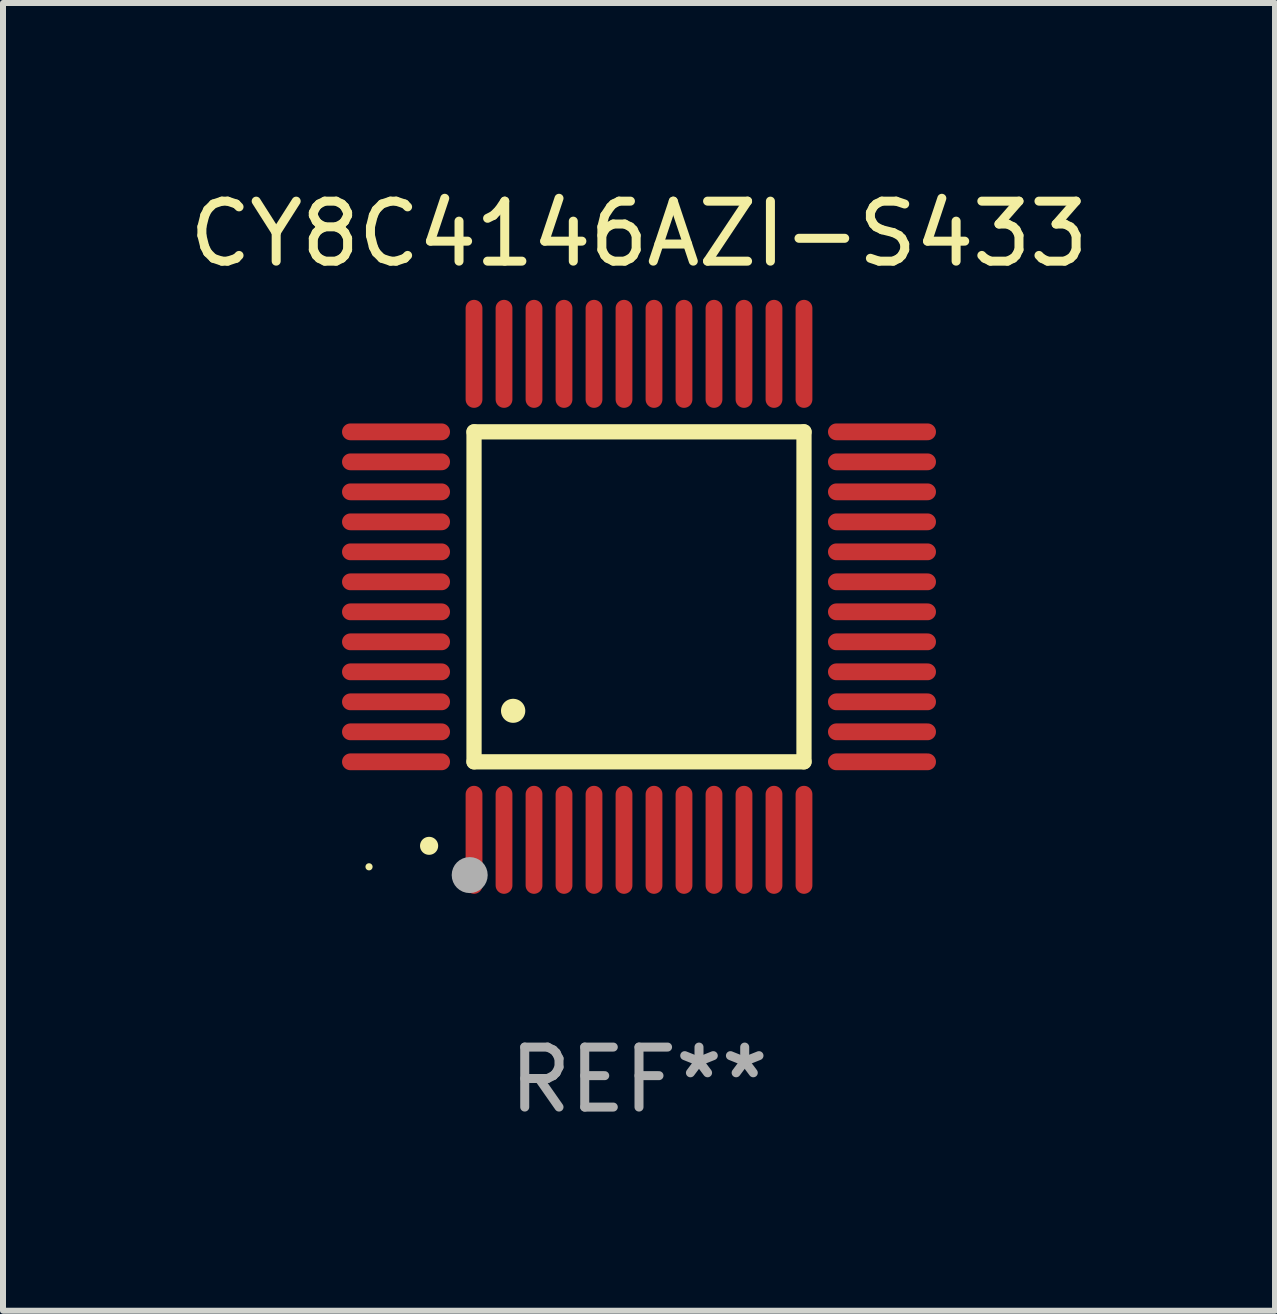
<source format=kicad_pcb>
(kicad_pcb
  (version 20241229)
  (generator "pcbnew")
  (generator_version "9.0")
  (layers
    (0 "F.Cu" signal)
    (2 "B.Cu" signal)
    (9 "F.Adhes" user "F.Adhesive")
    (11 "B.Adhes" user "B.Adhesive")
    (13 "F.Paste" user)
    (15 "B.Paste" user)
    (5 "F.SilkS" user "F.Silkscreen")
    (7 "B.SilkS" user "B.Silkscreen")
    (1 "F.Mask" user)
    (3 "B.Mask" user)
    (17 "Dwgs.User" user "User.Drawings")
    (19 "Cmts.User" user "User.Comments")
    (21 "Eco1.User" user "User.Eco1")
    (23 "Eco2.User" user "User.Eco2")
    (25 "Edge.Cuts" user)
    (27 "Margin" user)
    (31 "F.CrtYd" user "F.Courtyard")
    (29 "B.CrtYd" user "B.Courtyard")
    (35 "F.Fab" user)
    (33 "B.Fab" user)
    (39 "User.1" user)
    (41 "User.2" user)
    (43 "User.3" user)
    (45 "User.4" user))
  (footprint "CY8C4146AZI-S433"
    (layer "F.Cu")
    (at 7.601 6.898)
    (property "Reference" "CY8C4146AZI-S433" (at 0 -6.05 0) (layer "F.SilkS") (effects (font (size 1 1) (thickness 0.15))))
    (attr through_hole)
    (fp_line (start -2.75 -2.75) (end 2.75 -2.75) (stroke (width 0.254) (type solid)) (layer "F.SilkS"))
    (fp_line (start -2.75 2.75) (end -2.75 -2.75) (stroke (width 0.254) (type solid)) (layer "F.SilkS"))
    (fp_line (start 2.75 -2.75) (end 2.75 2.75) (stroke (width 0.254) (type solid)) (layer "F.SilkS"))
    (fp_line (start 2.75 2.75) (end -2.75 2.75) (stroke (width 0.254) (type solid)) (layer "F.SilkS"))
    (fp_arc (start -3.500127 4.150368) (mid -3.498857 4.150363) (end -3.497587 4.150368) (stroke (width 0.3) (type solid)) (layer "F.SilkS"))
    (fp_arc (start -2.100584 1.899924) (mid -2.098044 1.899908) (end -2.095504 1.899924) (stroke (width 0.4) (type solid)) (layer "F.SilkS"))
    (fp_circle (center -4.5 4.5) (end -4.47 4.5) (stroke (width 0.06) (type solid)) (fill no) (layer "F.SilkS"))
    (fp_circle (center -2.822 4.638) (end -2.672 4.638) (stroke (width 0.3) (type solid)) (fill no) (layer "F.Fab"))
    (fp_text user "REF**" (at 0 8.05 0) (layer "F.Fab") (effects (font (size 1 1) (thickness 0.15))))
    (pad "1" smd oval (at -2.75 4.05) (size 0.28 1.8) (layers "F.Cu" "F.Mask" "F.Paste"))
    (pad "2" smd oval (at -2.25 4.05) (size 0.28 1.8) (layers "F.Cu" "F.Mask" "F.Paste"))
    (pad "3" smd oval (at -1.75 4.05) (size 0.28 1.8) (layers "F.Cu" "F.Mask" "F.Paste"))
    (pad "4" smd oval (at -1.25 4.05) (size 0.28 1.8) (layers "F.Cu" "F.Mask" "F.Paste"))
    (pad "5" smd oval (at -0.75 4.05) (size 0.28 1.8) (layers "F.Cu" "F.Mask" "F.Paste"))
    (pad "6" smd oval (at -0.25 4.05) (size 0.28 1.8) (layers "F.Cu" "F.Mask" "F.Paste"))
    (pad "7" smd oval (at 0.25 4.05) (size 0.28 1.8) (layers "F.Cu" "F.Mask" "F.Paste"))
    (pad "8" smd oval (at 0.75 4.05) (size 0.28 1.8) (layers "F.Cu" "F.Mask" "F.Paste"))
    (pad "9" smd oval (at 1.25 4.05) (size 0.28 1.8) (layers "F.Cu" "F.Mask" "F.Paste"))
    (pad "10" smd oval (at 1.75 4.05) (size 0.28 1.8) (layers "F.Cu" "F.Mask" "F.Paste"))
    (pad "11" smd oval (at 2.25 4.05) (size 0.28 1.8) (layers "F.Cu" "F.Mask" "F.Paste"))
    (pad "12" smd oval (at 2.75 4.05) (size 0.28 1.8) (layers "F.Cu" "F.Mask" "F.Paste"))
    (pad "13" smd oval (at 4.05 2.75) (size 1.8 0.28) (layers "F.Cu" "F.Mask" "F.Paste"))
    (pad "14" smd oval (at 4.05 2.25) (size 1.8 0.28) (layers "F.Cu" "F.Mask" "F.Paste"))
    (pad "15" smd oval (at 4.05 1.75) (size 1.8 0.28) (layers "F.Cu" "F.Mask" "F.Paste"))
    (pad "16" smd oval (at 4.05 1.25) (size 1.8 0.28) (layers "F.Cu" "F.Mask" "F.Paste"))
    (pad "17" smd oval (at 4.05 0.75) (size 1.8 0.28) (layers "F.Cu" "F.Mask" "F.Paste"))
    (pad "18" smd oval (at 4.05 0.25) (size 1.8 0.28) (layers "F.Cu" "F.Mask" "F.Paste"))
    (pad "19" smd oval (at 4.05 -0.25) (size 1.8 0.28) (layers "F.Cu" "F.Mask" "F.Paste"))
    (pad "20" smd oval (at 4.05 -0.75) (size 1.8 0.28) (layers "F.Cu" "F.Mask" "F.Paste"))
    (pad "21" smd oval (at 4.05 -1.25) (size 1.8 0.28) (layers "F.Cu" "F.Mask" "F.Paste"))
    (pad "22" smd oval (at 4.05 -1.75) (size 1.8 0.28) (layers "F.Cu" "F.Mask" "F.Paste"))
    (pad "23" smd oval (at 4.05 -2.25) (size 1.8 0.28) (layers "F.Cu" "F.Mask" "F.Paste"))
    (pad "24" smd oval (at 4.05 -2.75) (size 1.8 0.28) (layers "F.Cu" "F.Mask" "F.Paste"))
    (pad "25" smd oval (at 2.75 -4.05) (size 0.28 1.8) (layers "F.Cu" "F.Mask" "F.Paste"))
    (pad "26" smd oval (at 2.25 -4.05) (size 0.28 1.8) (layers "F.Cu" "F.Mask" "F.Paste"))
    (pad "27" smd oval (at 1.75 -4.05) (size 0.28 1.8) (layers "F.Cu" "F.Mask" "F.Paste"))
    (pad "28" smd oval (at 1.25 -4.05) (size 0.28 1.8) (layers "F.Cu" "F.Mask" "F.Paste"))
    (pad "29" smd oval (at 0.75 -4.05) (size 0.28 1.8) (layers "F.Cu" "F.Mask" "F.Paste"))
    (pad "30" smd oval (at 0.25 -4.05) (size 0.28 1.8) (layers "F.Cu" "F.Mask" "F.Paste"))
    (pad "31" smd oval (at -0.25 -4.05) (size 0.28 1.8) (layers "F.Cu" "F.Mask" "F.Paste"))
    (pad "32" smd oval (at -0.75 -4.05) (size 0.28 1.8) (layers "F.Cu" "F.Mask" "F.Paste"))
    (pad "33" smd oval (at -1.25 -4.05) (size 0.28 1.8) (layers "F.Cu" "F.Mask" "F.Paste"))
    (pad "34" smd oval (at -1.75 -4.05) (size 0.28 1.8) (layers "F.Cu" "F.Mask" "F.Paste"))
    (pad "35" smd oval (at -2.25 -4.05) (size 0.28 1.8) (layers "F.Cu" "F.Mask" "F.Paste"))
    (pad "36" smd oval (at -2.75 -4.05) (size 0.28 1.8) (layers "F.Cu" "F.Mask" "F.Paste"))
    (pad "37" smd oval (at -4.05 -2.75) (size 1.8 0.28) (layers "F.Cu" "F.Mask" "F.Paste"))
    (pad "38" smd oval (at -4.05 -2.25) (size 1.8 0.28) (layers "F.Cu" "F.Mask" "F.Paste"))
    (pad "39" smd oval (at -4.05 -1.75) (size 1.8 0.28) (layers "F.Cu" "F.Mask" "F.Paste"))
    (pad "40" smd oval (at -4.05 -1.25) (size 1.8 0.28) (layers "F.Cu" "F.Mask" "F.Paste"))
    (pad "41" smd oval (at -4.05 -0.75) (size 1.8 0.28) (layers "F.Cu" "F.Mask" "F.Paste"))
    (pad "42" smd oval (at -4.05 -0.25) (size 1.8 0.28) (layers "F.Cu" "F.Mask" "F.Paste"))
    (pad "43" smd oval (at -4.05 0.25) (size 1.8 0.28) (layers "F.Cu" "F.Mask" "F.Paste"))
    (pad "44" smd oval (at -4.05 0.75) (size 1.8 0.28) (layers "F.Cu" "F.Mask" "F.Paste"))
    (pad "45" smd oval (at -4.05 1.25) (size 1.8 0.28) (layers "F.Cu" "F.Mask" "F.Paste"))
    (pad "46" smd oval (at -4.05 1.75) (size 1.8 0.28) (layers "F.Cu" "F.Mask" "F.Paste"))
    (pad "47" smd oval (at -4.05 2.25) (size 1.8 0.28) (layers "F.Cu" "F.Mask" "F.Paste"))
    (pad "48" smd oval (at -4.05 2.75) (size 1.8 0.28) (layers "F.Cu" "F.Mask" "F.Paste")))
  (gr_rect
    (start -3 -3)
    (end 18.202 18.797)
    (stroke (width 0.1) (type default))
    (fill no)
    (layer "Edge.Cuts")))
</source>
